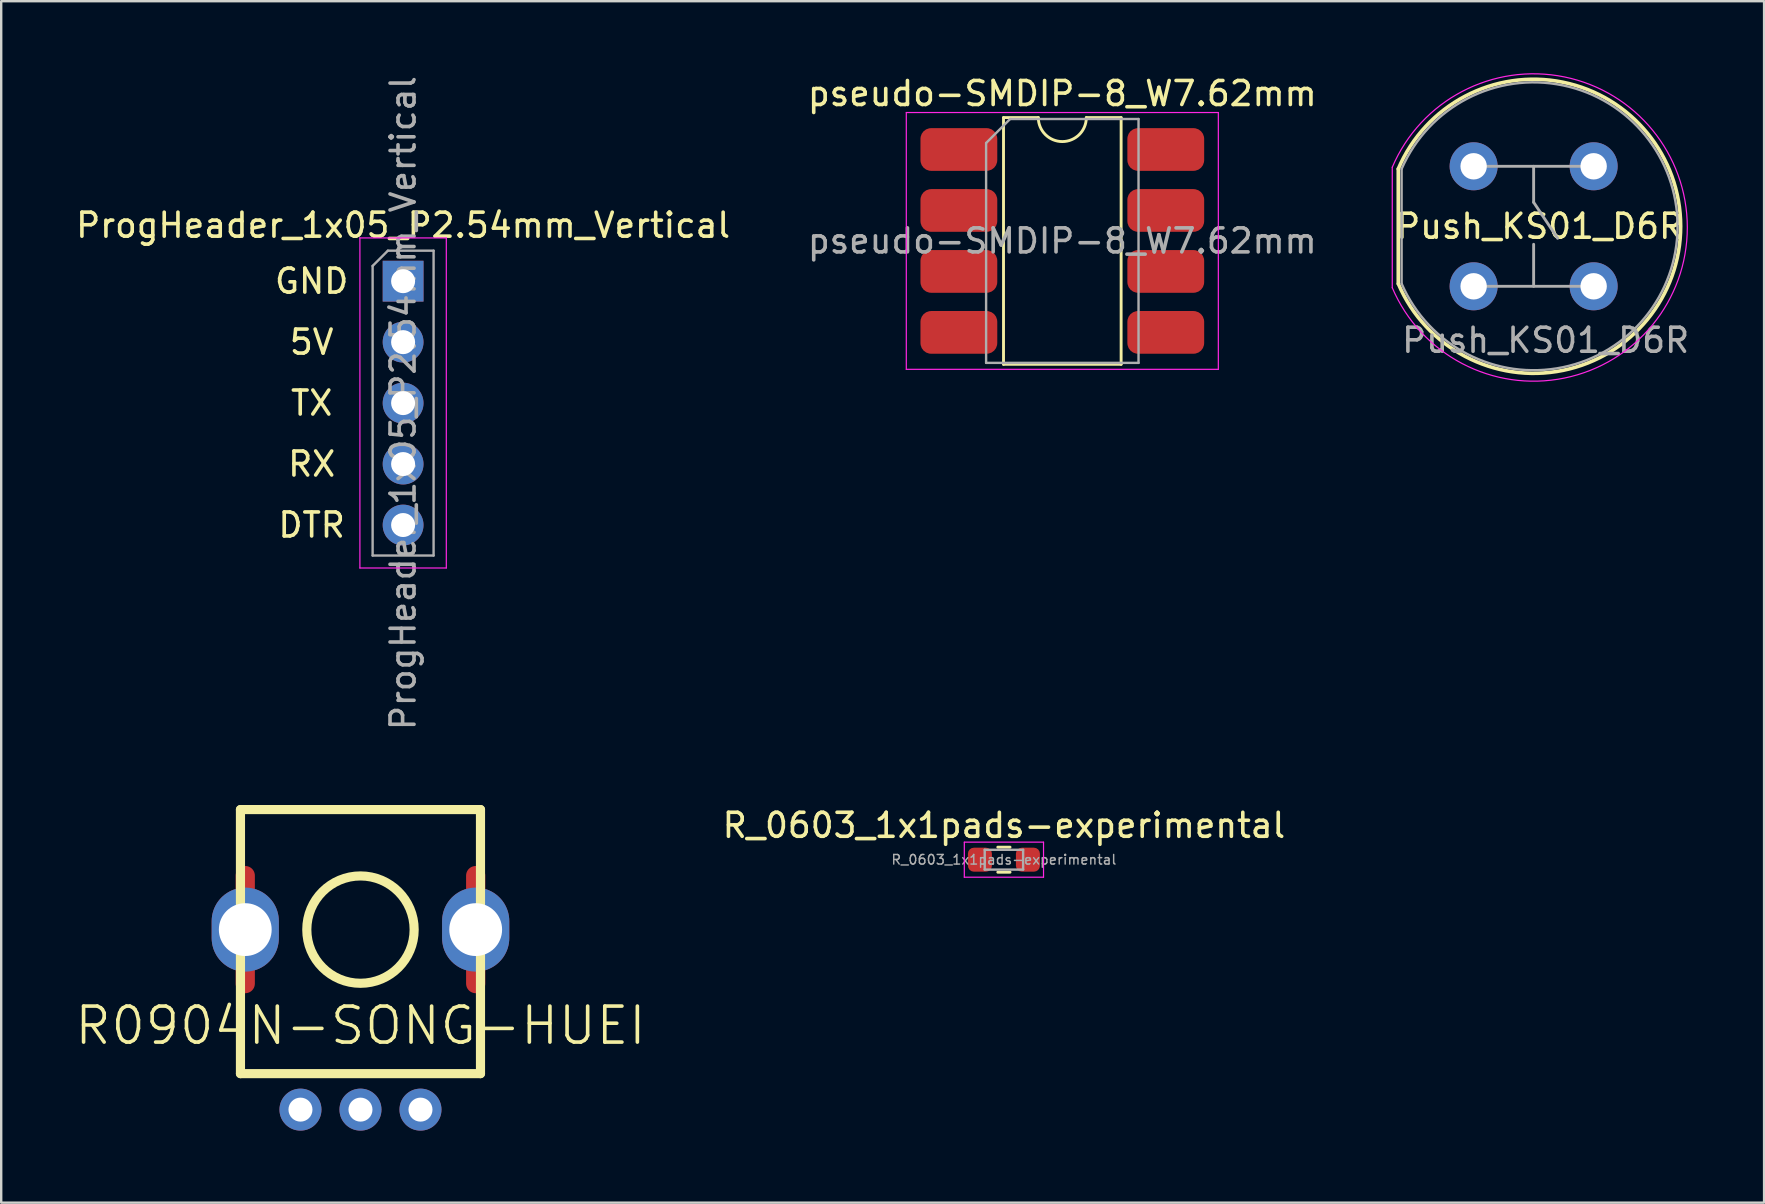
<source format=kicad_pcb>
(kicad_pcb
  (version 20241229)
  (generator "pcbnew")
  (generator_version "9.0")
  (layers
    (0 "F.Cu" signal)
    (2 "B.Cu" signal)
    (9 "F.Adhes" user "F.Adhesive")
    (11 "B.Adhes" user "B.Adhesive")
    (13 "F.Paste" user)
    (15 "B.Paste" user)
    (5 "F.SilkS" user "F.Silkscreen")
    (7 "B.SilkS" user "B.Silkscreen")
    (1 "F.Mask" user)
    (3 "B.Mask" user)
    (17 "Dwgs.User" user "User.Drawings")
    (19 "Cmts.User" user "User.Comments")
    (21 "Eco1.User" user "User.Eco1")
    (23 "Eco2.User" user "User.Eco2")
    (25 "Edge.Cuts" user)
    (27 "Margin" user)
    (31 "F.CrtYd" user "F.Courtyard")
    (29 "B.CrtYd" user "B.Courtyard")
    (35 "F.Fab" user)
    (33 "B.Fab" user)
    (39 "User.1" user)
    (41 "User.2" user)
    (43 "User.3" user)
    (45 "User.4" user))
  (footprint "ProgHeader_1x05_P2.54mm_Vertical"
    (layer "F.Cu")
    (at 13.744 8.664)
    (property "Reference" "ProgHeader_1x05_P2.54mm_Vertical" (at 0 -2.33 0) (layer "F.SilkS") (effects (font (size 1 1) (thickness 0.15))))
    (attr through_hole)
    (fp_line (start -1.8 -1.8) (end -1.8 11.95) (stroke (width 0.05) (type solid)) (layer "F.CrtYd"))
    (fp_line (start -1.8 11.95) (end 1.8 11.95) (stroke (width 0.05) (type solid)) (layer "F.CrtYd"))
    (fp_line (start 1.8 -1.8) (end -1.8 -1.8) (stroke (width 0.05) (type solid)) (layer "F.CrtYd"))
    (fp_line (start 1.8 11.95) (end 1.8 -1.8) (stroke (width 0.05) (type solid)) (layer "F.CrtYd"))
    (fp_line (start -1.27 -0.635) (end -0.635 -1.27) (stroke (width 0.1) (type solid)) (layer "F.Fab"))
    (fp_line (start -1.27 11.43) (end -1.27 -0.635) (stroke (width 0.1) (type solid)) (layer "F.Fab"))
    (fp_line (start -0.635 -1.27) (end 1.27 -1.27) (stroke (width 0.1) (type solid)) (layer "F.Fab"))
    (fp_line (start 1.27 -1.27) (end 1.27 11.43) (stroke (width 0.1) (type solid)) (layer "F.Fab"))
    (fp_line (start 1.27 11.43) (end -1.27 11.43) (stroke (width 0.1) (type solid)) (layer "F.Fab"))
    (fp_text user "GND" (at -3.81 0 0) (layer "F.SilkS") (effects (font (size 1 1) (thickness 0.15))))
    (fp_text user "TX" (at -3.81 5.08 0) (layer "F.SilkS") (effects (font (size 1 1) (thickness 0.15))))
    (fp_text user "RX" (at -3.81 7.62 0) (layer "F.SilkS") (effects (font (size 1 1) (thickness 0.15))))
    (fp_text user "DTR" (at -3.81 10.16 0) (layer "F.SilkS") (effects (font (size 1 1) (thickness 0.15))))
    (fp_text user "5V" (at -3.81 2.54 0) (layer "F.SilkS") (effects (font (size 1 1) (thickness 0.15))))
    (fp_text user "${REFERENCE}" (at 0 5.08 90) (layer "F.Fab") (effects (font (size 1 1) (thickness 0.15))))
    (pad "1" thru_hole rect (at 0 0) (size 1.7 1.7) (drill 1) (layers "*.Cu" "*.Mask"))
    (pad "2" thru_hole oval (at 0 2.54) (size 1.7 1.7) (drill 1) (layers "*.Cu" "*.Mask"))
    (pad "3" thru_hole oval (at 0 5.08) (size 1.7 1.7) (drill 1) (layers "*.Cu" "*.Mask"))
    (pad "4" thru_hole oval (at 0 7.62) (size 1.7 1.7) (drill 1) (layers "*.Cu" "*.Mask"))
    (pad "5" thru_hole oval (at 0 10.16) (size 1.7 1.7) (drill 1) (layers "*.Cu" "*.Mask")))
  (footprint "R0904N-SONG-HUEI"
    (layer "F.Cu")
    (at 11.968 35.679)
    (property "Reference" "R0904N-SONG-HUEI" (at 0 4 0) (layer "F.SilkS") (effects (font (size 1.5 1.5) (thickness 0.15))))
    (attr through_hole)
    (fp_line (start -5 -5) (end 5 -5) (stroke (width 0.381) (type solid)) (layer "F.SilkS"))
    (fp_line (start -5 0) (end -5 -5) (stroke (width 0.381) (type solid)) (layer "F.SilkS"))
    (fp_line (start -5 6) (end -5 0) (stroke (width 0.381) (type solid)) (layer "F.SilkS"))
    (fp_line (start 5 -5) (end 5 6) (stroke (width 0.381) (type solid)) (layer "F.SilkS"))
    (fp_line (start 5 6) (end -5 6) (stroke (width 0.381) (type solid)) (layer "F.SilkS"))
    (fp_circle (center 0 0) (end 1 2) (stroke (width 0.381) (type solid)) (fill no) (layer "F.SilkS"))
    (pad "" smd oval (at -4.8 -1.9) (size 0.8 1.5) (layers "F.Cu" "F.Mask"))
    (pad "" thru_hole oval (at -4.8 0) (size 2.8 3.5) (drill 2.2) (layers "*.Cu" "*.Mask"))
    (pad "" smd oval (at -4.8 1.9) (size 0.8 1.5) (layers "F.Cu" "F.Mask"))
    (pad "" smd oval (at 4.8 -1.9) (size 0.8 1.5) (layers "F.Cu" "F.Mask"))
    (pad "" thru_hole oval (at 4.8 0) (size 2.8 3.5) (drill 2.2) (layers "*.Cu" "*.Mask"))
    (pad "" smd oval (at 4.8 1.9) (size 0.8 1.5) (layers "F.Cu" "F.Mask"))
    (pad "1" thru_hole circle (at -2.5 7.5) (size 1.75 1.75) (drill 1) (layers "*.Cu" "*.Mask"))
    (pad "2" thru_hole circle (at 0 7.5) (size 1.75 1.75) (drill 1) (layers "*.Cu" "*.Mask"))
    (pad "3" thru_hole circle (at 2.5 7.5) (size 1.75 1.75) (drill 1) (layers "*.Cu" "*.Mask")))
  (footprint "pseudo-SMDIP-8_W7.62mm"
    (layer "F.Cu")
    (at 41.208 6.988)
    (property "Reference" "pseudo-SMDIP-8_W7.62mm" (at 0 -6.14 0) (layer "F.SilkS") (effects (font (size 1 1) (thickness 0.15))))
    (attr smd)
    (fp_line (start -2.45 -5.14) (end -2.45 5.14) (stroke (width 0.12) (type solid)) (layer "F.SilkS"))
    (fp_line (start -2.45 5.14) (end 2.45 5.14) (stroke (width 0.12) (type solid)) (layer "F.SilkS"))
    (fp_line (start -1 -5.14) (end -2.45 -5.14) (stroke (width 0.12) (type solid)) (layer "F.SilkS"))
    (fp_line (start 2.45 -5.14) (end 1 -5.14) (stroke (width 0.12) (type solid)) (layer "F.SilkS"))
    (fp_line (start 2.45 5.14) (end 2.45 -5.14) (stroke (width 0.12) (type solid)) (layer "F.SilkS"))
    (fp_arc (start 1 -5.14) (mid 0 -4.14) (end -1 -5.14) (stroke (width 0.12) (type solid)) (layer "F.SilkS"))
    (fp_line (start -6.5 -5.35) (end -6.5 5.35) (stroke (width 0.05) (type solid)) (layer "F.CrtYd"))
    (fp_line (start -6.5 5.35) (end 6.5 5.35) (stroke (width 0.05) (type solid)) (layer "F.CrtYd"))
    (fp_line (start 6.5 -5.35) (end -6.5 -5.35) (stroke (width 0.05) (type solid)) (layer "F.CrtYd"))
    (fp_line (start 6.5 5.35) (end 6.5 -5.35) (stroke (width 0.05) (type solid)) (layer "F.CrtYd"))
    (fp_line (start -3.175 -4.08) (end -2.175 -5.08) (stroke (width 0.1) (type solid)) (layer "F.Fab"))
    (fp_line (start -3.175 5.08) (end -3.175 -4.08) (stroke (width 0.1) (type solid)) (layer "F.Fab"))
    (fp_line (start -2.175 -5.08) (end 3.175 -5.08) (stroke (width 0.1) (type solid)) (layer "F.Fab"))
    (fp_line (start 3.175 -5.08) (end 3.175 5.08) (stroke (width 0.1) (type solid)) (layer "F.Fab"))
    (fp_line (start 3.175 5.08) (end -3.175 5.08) (stroke (width 0.1) (type solid)) (layer "F.Fab"))
    (fp_text user "${REFERENCE}" (at 0 0 0) (layer "F.Fab") (effects (font (size 1 1) (thickness 0.15))))
    (pad "1" smd roundrect (at -3.81 -3.81) (size 3.2 1.78) (drill (offset -0.5 0)) (layers "F.Cu" "F.Mask" "F.Paste") (roundrect_rratio 0.25))
    (pad "2" smd roundrect (at -3.81 -1.27) (size 3.2 1.78) (drill (offset -0.5 0)) (layers "F.Cu" "F.Mask" "F.Paste") (roundrect_rratio 0.25))
    (pad "3" smd roundrect (at -3.81 1.27) (size 3.2 1.78) (drill (offset -0.5 0)) (layers "F.Cu" "F.Mask" "F.Paste") (roundrect_rratio 0.25))
    (pad "4" smd roundrect (at -3.81 3.81) (size 3.2 1.78) (drill (offset -0.5 0)) (layers "F.Cu" "F.Mask" "F.Paste") (roundrect_rratio 0.25))
    (pad "5" smd roundrect (at 3.81 3.81) (size 3.2 1.78) (drill (offset 0.5 0)) (layers "F.Cu" "F.Mask" "F.Paste") (roundrect_rratio 0.25))
    (pad "6" smd roundrect (at 3.81 1.27) (size 3.2 1.78) (drill (offset 0.5 0)) (layers "F.Cu" "F.Mask" "F.Paste") (roundrect_rratio 0.25))
    (pad "7" smd roundrect (at 3.81 -1.27) (size 3.2 1.78) (drill (offset 0.5 0)) (layers "F.Cu" "F.Mask" "F.Paste") (roundrect_rratio 0.25))
    (pad "8" smd roundrect (at 3.81 -3.81) (size 3.2 1.78) (drill (offset 0.5 0)) (layers "F.Cu" "F.Mask" "F.Paste") (roundrect_rratio 0.25)))
  (footprint "Push_KS01_D6R"
    (layer "F.Cu")
    (at 60.844 6.378)
    (property "Reference" "Push_KS01_D6R" (at 0.25 0 0) (layer "F.SilkS") (effects (font (size 1 1) (thickness 0.15))))
    (attr through_hole)
    (fp_line (start -5.64 2.39) (end -5.64 -2.39) (stroke (width 0.15) (type solid)) (layer "F.SilkS"))
    (fp_arc (start -5.64 -2.39) (mid 6.125495 -0.003717) (end -5.637095 2.396843) (stroke (width 0.15) (type solid)) (layer "F.SilkS"))
    (fp_circle (center 0 0) (end 4.5 0) (stroke (width 0.12) (type solid)) (fill no) (layer "Eco1.User"))
    (fp_line (start -5.89 -2.46) (end -5.89 2.56) (stroke (width 0.05) (type solid)) (layer "F.CrtYd"))
    (fp_arc (start -5.89 -2.46) (mid 6.402515 0.05) (end -5.89 2.56) (stroke (width 0.05) (type solid)) (layer "F.CrtYd"))
    (fp_line (start -5.5 -2.39) (end -5.5 2.39) (stroke (width 0.1) (type solid)) (layer "F.Fab"))
    (fp_line (start 0 -2.5) (end 0 -1) (stroke (width 0.12) (type solid)) (layer "F.Fab"))
    (fp_line (start 0 -1) (end 1 0.5) (stroke (width 0.12) (type solid)) (layer "F.Fab"))
    (fp_line (start 0 2.5) (end 0 0.75) (stroke (width 0.12) (type solid)) (layer "F.Fab"))
    (fp_line (start 2.5 -2.5) (end -2.5 -2.5) (stroke (width 0.12) (type solid)) (layer "F.Fab"))
    (fp_line (start 2.5 2.5) (end -2.5 2.5) (stroke (width 0.12) (type solid)) (layer "F.Fab"))
    (fp_arc (start -5.5 -2.39) (mid 5.996841 -0.001346) (end -5.498926 2.392469) (stroke (width 0.1) (type solid)) (layer "F.Fab"))
    (fp_text user "${REFERENCE}" (at 0.5 4.75 0) (layer "F.Fab") (effects (font (size 1 1) (thickness 0.15))))
    (pad "1" thru_hole circle (at -2.5 -2.5) (size 2 2) (drill 1.1) (layers "*.Cu" "*.Mask"))
    (pad "2" thru_hole circle (at 2.5 -2.5) (size 2 2) (drill 1.1) (layers "*.Cu" "*.Mask"))
    (pad "3" thru_hole circle (at -2.5 2.5) (size 2 2) (drill 1.1) (layers "*.Cu" "*.Mask"))
    (pad "4" thru_hole circle (at 2.5 2.5) (size 2 2) (drill 1.1) (layers "*.Cu" "*.Mask")))
  (footprint "R_0603_1x1pads-experimental"
    (layer "F.Cu")
    (at 38.775 32.766)
    (property "Reference" "R_0603_1x1pads-experimental" (at 0 -1.43 0) (layer "F.SilkS") (effects (font (size 1 1) (thickness 0.15))))
    (attr smd)
    (fp_line (start -0.255 -0.522) (end 0.255 -0.522) (stroke (width 0.12) (type solid)) (layer "F.SilkS"))
    (fp_line (start -0.255 0.522) (end 0.255 0.522) (stroke (width 0.12) (type solid)) (layer "F.SilkS"))
    (fp_line (start -1.65 -0.73) (end 1.65 -0.73) (stroke (width 0.05) (type solid)) (layer "F.CrtYd"))
    (fp_line (start -1.65 0.73) (end -1.65 -0.73) (stroke (width 0.05) (type solid)) (layer "F.CrtYd"))
    (fp_line (start 1.65 -0.73) (end 1.65 0.73) (stroke (width 0.05) (type solid)) (layer "F.CrtYd"))
    (fp_line (start 1.65 0.73) (end -1.65 0.73) (stroke (width 0.05) (type solid)) (layer "F.CrtYd"))
    (fp_line (start -0.8 -0.412) (end 0.8 -0.412) (stroke (width 0.1) (type solid)) (layer "F.Fab"))
    (fp_line (start -0.8 0.412) (end -0.8 -0.412) (stroke (width 0.1) (type solid)) (layer "F.Fab"))
    (fp_line (start 0.8 -0.412) (end 0.8 0.412) (stroke (width 0.1) (type solid)) (layer "F.Fab"))
    (fp_line (start 0.8 0.412) (end -0.8 0.412) (stroke (width 0.1) (type solid)) (layer "F.Fab"))
    (fp_text user "${REFERENCE}" (at 0 0 0) (layer "F.Fab") (effects (font (size 0.4 0.4) (thickness 0.06))))
    (pad "1" smd roundrect (at -1 0) (size 1 1) (layers "F.Cu" "F.Mask" "F.Paste") (roundrect_rratio 0.25))
    (pad "2" smd roundrect (at 1 0) (size 1 1) (layers "F.Cu" "F.Mask" "F.Paste") (roundrect_rratio 0.25)))
  (gr_rect
    (start -3 -3)
    (end 70.445 47.054)
    (stroke (width 0.1) (type default))
    (fill no)
    (layer "Edge.Cuts")))
</source>
